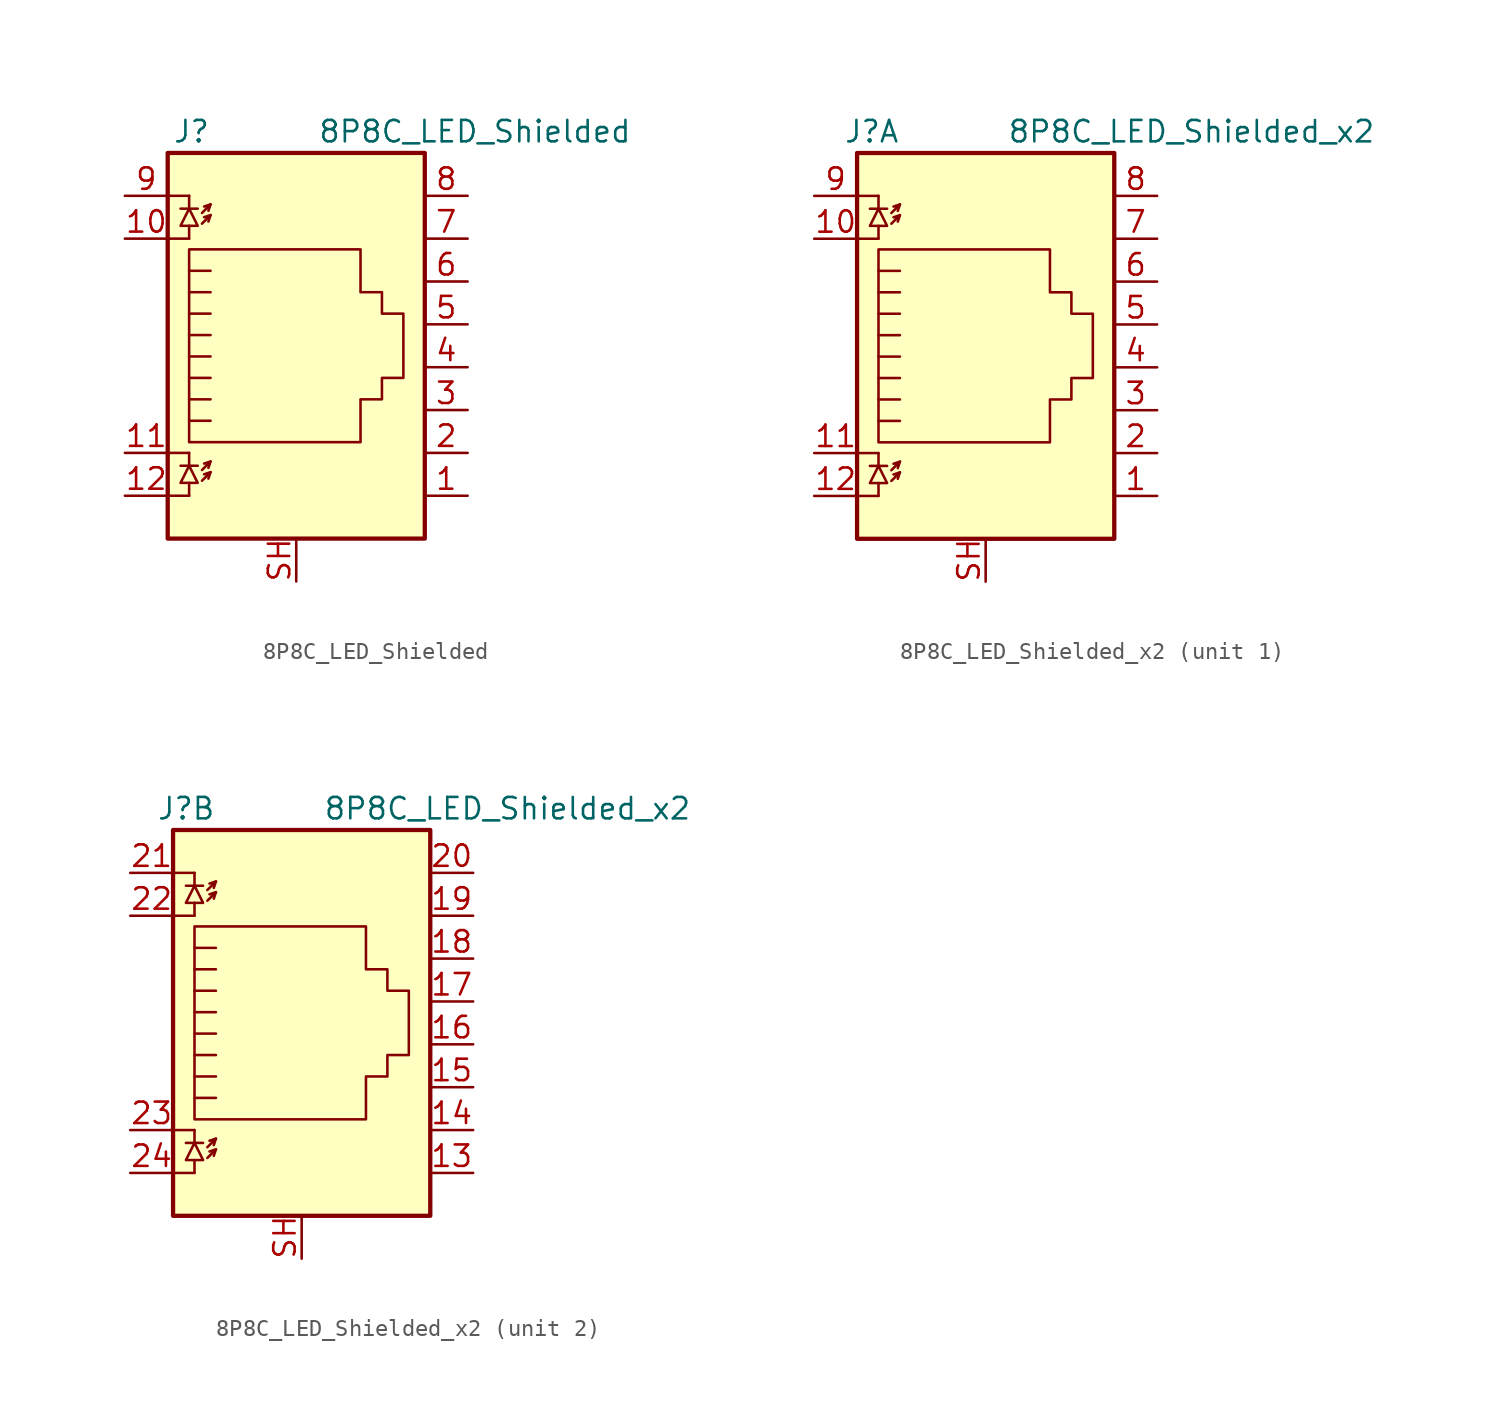
<source format=kicad_sym>
(kicad_symbol_lib
  (version 20220914)
  (generator kicad_symbol_editor)
  (symbol "8P8C_LED_Shielded"
    (pin_names
      (offset 1.016))
    (property "Reference" "J"
      (at -5.08 13.97 0)
      (effects (font (size 1.27 1.27)) (justify right)))
    (property "Value" "8P8C_LED_Shielded"
      (at 1.27 13.97 0)
      (effects (font (size 1.27 1.27)) (justify left)))
    (symbol "8P8C_LED_Shielded_0_1"
      (polyline (pts (xy -7.62 -7.62) (xy -6.35 -7.62)) (stroke (width 0) (type solid)) (fill (type none)))
      (polyline (pts (xy -7.62 -5.08) (xy -6.35 -5.08)) (stroke (width 0) (type solid)) (fill (type none)))
      (polyline (pts (xy -7.62 7.62) (xy -6.35 7.62)) (stroke (width 0) (type solid)) (fill (type none)))
      (polyline (pts (xy -7.62 10.16) (xy -6.35 10.16)) (stroke (width 0) (type solid)) (fill (type none)))
      (polyline (pts (xy -6.858 -5.842) (xy -5.842 -5.842)) (stroke (width 0) (type solid)) (fill (type none)))
      (polyline (pts (xy -6.858 9.398) (xy -5.842 9.398)) (stroke (width 0) (type solid)) (fill (type none)))
      (polyline (pts (xy -6.35 -7.62) (xy -6.35 -6.858)) (stroke (width 0) (type solid)) (fill (type none)))
      (polyline (pts (xy -6.35 -5.08) (xy -6.35 -5.842)) (stroke (width 0) (type solid)) (fill (type none)))
      (polyline (pts (xy -6.35 7.62) (xy -6.35 8.382)) (stroke (width 0) (type solid)) (fill (type none)))
      (polyline (pts (xy -6.35 10.16) (xy -6.35 9.398)) (stroke (width 0) (type solid)) (fill (type none)))
      (polyline (pts (xy -5.08 -6.223) (xy -5.207 -6.604)) (stroke (width 0) (type solid)) (fill (type none)))
      (polyline (pts (xy -5.08 -5.588) (xy -5.207 -5.969)) (stroke (width 0) (type solid)) (fill (type none)))
      (polyline (pts (xy -5.08 4.445) (xy -6.35 4.445)) (stroke (width 0) (type solid)) (fill (type none)))
      (polyline (pts (xy -5.08 5.715) (xy -6.35 5.715)) (stroke (width 0) (type solid)) (fill (type none)))
      (polyline (pts (xy -5.08 9.017) (xy -5.207 8.636)) (stroke (width 0) (type solid)) (fill (type none)))
      (polyline (pts (xy -5.08 9.652) (xy -5.207 9.271)) (stroke (width 0) (type solid)) (fill (type none)))
      (polyline (pts (xy -6.35 -3.175) (xy -5.08 -3.175) (xy -5.08 -3.175)) (stroke (width 0) (type solid)) (fill (type none)))
      (polyline (pts (xy -6.35 -1.905) (xy -5.08 -1.905) (xy -5.08 -1.905)) (stroke (width 0) (type solid)) (fill (type none)))
      (polyline (pts (xy -6.35 -0.635) (xy -5.08 -0.635) (xy -5.08 -0.635)) (stroke (width 0) (type solid)) (fill (type none)))
      (polyline (pts (xy -6.35 0.635) (xy -5.08 0.635) (xy -5.08 0.635)) (stroke (width 0) (type solid)) (fill (type none)))
      (polyline (pts (xy -6.35 1.905) (xy -5.08 1.905) (xy -5.08 1.905)) (stroke (width 0) (type solid)) (fill (type none)))
      (polyline (pts (xy -5.588 -6.731) (xy -5.08 -6.223) (xy -5.461 -6.35)) (stroke (width 0) (type solid)) (fill (type none)))
      (polyline (pts (xy -5.588 -6.096) (xy -5.08 -5.588) (xy -5.461 -5.715)) (stroke (width 0) (type solid)) (fill (type none)))
      (polyline (pts (xy -5.588 8.509) (xy -5.08 9.017) (xy -5.461 8.89)) (stroke (width 0) (type solid)) (fill (type none)))
      (polyline (pts (xy -5.588 9.144) (xy -5.08 9.652) (xy -5.461 9.525)) (stroke (width 0) (type solid)) (fill (type none)))
      (polyline (pts (xy -5.08 3.175) (xy -6.35 3.175) (xy -6.35 3.175)) (stroke (width 0) (type solid)) (fill (type none)))
      (polyline (pts (xy -6.35 -5.842) (xy -6.858 -6.858) (xy -5.842 -6.858) (xy -6.35 -5.842)) (stroke (width 0) (type solid)) (fill (type none)))
      (polyline (pts (xy -6.35 9.398) (xy -6.858 8.382) (xy -5.842 8.382) (xy -6.35 9.398)) (stroke (width 0) (type solid)) (fill (type none)))
      (polyline (pts (xy -6.35 -4.445) (xy -6.35 6.985) (xy 3.81 6.985) (xy 3.81 4.445) (xy 5.08 4.445) (xy 5.08 3.175) (xy 6.35 3.175) (xy 6.35 -0.635) (xy 5.08 -0.635) (xy 5.08 -1.905) (xy 3.81 -1.905) (xy 3.81 -4.445) (xy -6.35 -4.445) (xy -6.35 -4.445)) (stroke (width 0) (type solid)) (fill (type none)))
      (rectangle (start 7.62 12.7) (end -7.62 -10.16) (stroke (width 0.254) (type solid)) (fill (type background))))
    (symbol "8P8C_LED_Shielded_1_1"
      (pin passive line (at 10.16 -7.62 180) (length 2.54) (name "~" (effects (font (size 1.27 1.27)))) (number "1" (effects (font (size 1.27 1.27)))))
      (pin passive line (at -10.16 7.62 0) (length 2.54) (name "~" (effects (font (size 1.27 1.27)))) (number "10" (effects (font (size 1.27 1.27)))))
      (pin passive line (at -10.16 -5.08 0) (length 2.54) (name "~" (effects (font (size 1.27 1.27)))) (number "11" (effects (font (size 1.27 1.27)))))
      (pin passive line (at -10.16 -7.62 0) (length 2.54) (name "~" (effects (font (size 1.27 1.27)))) (number "12" (effects (font (size 1.27 1.27)))))
      (pin passive line (at 10.16 -5.08 180) (length 2.54) (name "~" (effects (font (size 1.27 1.27)))) (number "2" (effects (font (size 1.27 1.27)))))
      (pin passive line (at 10.16 -2.54 180) (length 2.54) (name "~" (effects (font (size 1.27 1.27)))) (number "3" (effects (font (size 1.27 1.27)))))
      (pin passive line (at 10.16 0 180) (length 2.54) (name "~" (effects (font (size 1.27 1.27)))) (number "4" (effects (font (size 1.27 1.27)))))
      (pin passive line (at 10.16 2.54 180) (length 2.54) (name "~" (effects (font (size 1.27 1.27)))) (number "5" (effects (font (size 1.27 1.27)))))
      (pin passive line (at 10.16 5.08 180) (length 2.54) (name "~" (effects (font (size 1.27 1.27)))) (number "6" (effects (font (size 1.27 1.27)))))
      (pin passive line (at 10.16 7.62 180) (length 2.54) (name "~" (effects (font (size 1.27 1.27)))) (number "7" (effects (font (size 1.27 1.27)))))
      (pin passive line (at 10.16 10.16 180) (length 2.54) (name "~" (effects (font (size 1.27 1.27)))) (number "8" (effects (font (size 1.27 1.27)))))
      (pin passive line (at -10.16 10.16 0) (length 2.54) (name "~" (effects (font (size 1.27 1.27)))) (number "9" (effects (font (size 1.27 1.27)))))
      (pin passive line (at 0 -12.7 90) (length 2.54) (name "~" (effects (font (size 1.27 1.27)))) (number "SH" (effects (font (size 1.27 1.27)))))))
  (symbol "8P8C_LED_Shielded_x2"
    (property "Reference" "J"
      (at -5.08 13.97 0)
      (effects (font (size 1.27 1.27)) (justify right)))
    (property "Value" "8P8C_LED_Shielded_x2"
      (at 1.27 13.97 0)
      (effects (font (size 1.27 1.27)) (justify left)))
    (symbol "8P8C_LED_Shielded_x2_0_1"
      (polyline (pts (xy -7.62 -7.62) (xy -6.35 -7.62)) (stroke (width 0) (type solid)) (fill (type none)))
      (polyline (pts (xy -7.62 -5.08) (xy -6.35 -5.08)) (stroke (width 0) (type solid)) (fill (type none)))
      (polyline (pts (xy -7.62 7.62) (xy -6.35 7.62)) (stroke (width 0) (type solid)) (fill (type none)))
      (polyline (pts (xy -7.62 10.16) (xy -6.35 10.16)) (stroke (width 0) (type solid)) (fill (type none)))
      (polyline (pts (xy -6.858 -5.842) (xy -5.842 -5.842)) (stroke (width 0) (type solid)) (fill (type none)))
      (polyline (pts (xy -6.858 9.398) (xy -5.842 9.398)) (stroke (width 0) (type solid)) (fill (type none)))
      (polyline (pts (xy -6.35 -7.62) (xy -6.35 -6.858)) (stroke (width 0) (type solid)) (fill (type none)))
      (polyline (pts (xy -6.35 -5.08) (xy -6.35 -5.842)) (stroke (width 0) (type solid)) (fill (type none)))
      (polyline (pts (xy -6.35 7.62) (xy -6.35 8.382)) (stroke (width 0) (type solid)) (fill (type none)))
      (polyline (pts (xy -6.35 10.16) (xy -6.35 9.398)) (stroke (width 0) (type solid)) (fill (type none)))
      (polyline (pts (xy -5.08 -6.223) (xy -5.207 -6.604)) (stroke (width 0) (type solid)) (fill (type none)))
      (polyline (pts (xy -5.08 -5.588) (xy -5.207 -5.969)) (stroke (width 0) (type solid)) (fill (type none)))
      (polyline (pts (xy -5.08 4.445) (xy -6.35 4.445)) (stroke (width 0) (type solid)) (fill (type none)))
      (polyline (pts (xy -5.08 5.715) (xy -6.35 5.715)) (stroke (width 0) (type solid)) (fill (type none)))
      (polyline (pts (xy -5.08 9.017) (xy -5.207 8.636)) (stroke (width 0) (type solid)) (fill (type none)))
      (polyline (pts (xy -5.08 9.652) (xy -5.207 9.271)) (stroke (width 0) (type solid)) (fill (type none)))
      (polyline (pts (xy -6.35 -3.175) (xy -5.08 -3.175) (xy -5.08 -3.175)) (stroke (width 0) (type solid)) (fill (type none)))
      (polyline (pts (xy -6.35 -1.905) (xy -5.08 -1.905) (xy -5.08 -1.905)) (stroke (width 0) (type solid)) (fill (type none)))
      (polyline (pts (xy -6.35 -0.635) (xy -5.08 -0.635) (xy -5.08 -0.635)) (stroke (width 0) (type solid)) (fill (type none)))
      (polyline (pts (xy -6.35 0.635) (xy -5.08 0.635) (xy -5.08 0.635)) (stroke (width 0) (type solid)) (fill (type none)))
      (polyline (pts (xy -6.35 1.905) (xy -5.08 1.905) (xy -5.08 1.905)) (stroke (width 0) (type solid)) (fill (type none)))
      (polyline (pts (xy -5.588 -6.731) (xy -5.08 -6.223) (xy -5.461 -6.35)) (stroke (width 0) (type solid)) (fill (type none)))
      (polyline (pts (xy -5.588 -6.096) (xy -5.08 -5.588) (xy -5.461 -5.715)) (stroke (width 0) (type solid)) (fill (type none)))
      (polyline (pts (xy -5.588 8.509) (xy -5.08 9.017) (xy -5.461 8.89)) (stroke (width 0) (type solid)) (fill (type none)))
      (polyline (pts (xy -5.588 9.144) (xy -5.08 9.652) (xy -5.461 9.525)) (stroke (width 0) (type solid)) (fill (type none)))
      (polyline (pts (xy -5.08 3.175) (xy -6.35 3.175) (xy -6.35 3.175)) (stroke (width 0) (type solid)) (fill (type none)))
      (polyline (pts (xy -6.35 -5.842) (xy -6.858 -6.858) (xy -5.842 -6.858) (xy -6.35 -5.842)) (stroke (width 0) (type solid)) (fill (type none)))
      (polyline (pts (xy -6.35 9.398) (xy -6.858 8.382) (xy -5.842 8.382) (xy -6.35 9.398)) (stroke (width 0) (type solid)) (fill (type none)))
      (polyline (pts (xy -6.35 -4.445) (xy -6.35 6.985) (xy 3.81 6.985) (xy 3.81 4.445) (xy 5.08 4.445) (xy 5.08 3.175) (xy 6.35 3.175) (xy 6.35 -0.635) (xy 5.08 -0.635) (xy 5.08 -1.905) (xy 3.81 -1.905) (xy 3.81 -4.445) (xy -6.35 -4.445) (xy -6.35 -4.445)) (stroke (width 0) (type solid)) (fill (type none)))
      (rectangle (start 7.62 12.7) (end -7.62 -10.16) (stroke (width 0.254) (type solid)) (fill (type background))))
    (symbol "8P8C_LED_Shielded_x2_1_1"
      (pin passive line (at 10.16 -7.62 180) (length 2.54) (name "~" (effects (font (size 1.27 1.27)))) (number "1" (effects (font (size 1.27 1.27)))))
      (pin passive line (at -10.16 7.62 0) (length 2.54) (name "~" (effects (font (size 1.27 1.27)))) (number "10" (effects (font (size 1.27 1.27)))))
      (pin passive line (at -10.16 -5.08 0) (length 2.54) (name "~" (effects (font (size 1.27 1.27)))) (number "11" (effects (font (size 1.27 1.27)))))
      (pin passive line (at -10.16 -7.62 0) (length 2.54) (name "~" (effects (font (size 1.27 1.27)))) (number "12" (effects (font (size 1.27 1.27)))))
      (pin passive line (at 10.16 -5.08 180) (length 2.54) (name "~" (effects (font (size 1.27 1.27)))) (number "2" (effects (font (size 1.27 1.27)))))
      (pin passive line (at 10.16 -2.54 180) (length 2.54) (name "~" (effects (font (size 1.27 1.27)))) (number "3" (effects (font (size 1.27 1.27)))))
      (pin passive line (at 10.16 0 180) (length 2.54) (name "~" (effects (font (size 1.27 1.27)))) (number "4" (effects (font (size 1.27 1.27)))))
      (pin passive line (at 10.16 2.54 180) (length 2.54) (name "~" (effects (font (size 1.27 1.27)))) (number "5" (effects (font (size 1.27 1.27)))))
      (pin passive line (at 10.16 5.08 180) (length 2.54) (name "~" (effects (font (size 1.27 1.27)))) (number "6" (effects (font (size 1.27 1.27)))))
      (pin passive line (at 10.16 7.62 180) (length 2.54) (name "~" (effects (font (size 1.27 1.27)))) (number "7" (effects (font (size 1.27 1.27)))))
      (pin passive line (at 10.16 10.16 180) (length 2.54) (name "~" (effects (font (size 1.27 1.27)))) (number "8" (effects (font (size 1.27 1.27)))))
      (pin passive line (at -10.16 10.16 0) (length 2.54) (name "~" (effects (font (size 1.27 1.27)))) (number "9" (effects (font (size 1.27 1.27)))))
      (pin passive line (at 0 -12.7 90) (length 2.54) (name "~" (effects (font (size 1.27 1.27)))) (number "SH" (effects (font (size 1.27 1.27))))))
    (symbol "8P8C_LED_Shielded_x2_2_1"
      (pin passive line (at 10.16 -7.62 180) (length 2.54) (name "~" (effects (font (size 1.27 1.27)))) (number "13" (effects (font (size 1.27 1.27)))))
      (pin passive line (at 10.16 -5.08 180) (length 2.54) (name "~" (effects (font (size 1.27 1.27)))) (number "14" (effects (font (size 1.27 1.27)))))
      (pin passive line (at 10.16 -2.54 180) (length 2.54) (name "~" (effects (font (size 1.27 1.27)))) (number "15" (effects (font (size 1.27 1.27)))))
      (pin passive line (at 10.16 0 180) (length 2.54) (name "~" (effects (font (size 1.27 1.27)))) (number "16" (effects (font (size 1.27 1.27)))))
      (pin passive line (at 10.16 2.54 180) (length 2.54) (name "~" (effects (font (size 1.27 1.27)))) (number "17" (effects (font (size 1.27 1.27)))))
      (pin passive line (at 10.16 5.08 180) (length 2.54) (name "~" (effects (font (size 1.27 1.27)))) (number "18" (effects (font (size 1.27 1.27)))))
      (pin passive line (at 10.16 7.62 180) (length 2.54) (name "~" (effects (font (size 1.27 1.27)))) (number "19" (effects (font (size 1.27 1.27)))))
      (pin passive line (at 10.16 10.16 180) (length 2.54) (name "~" (effects (font (size 1.27 1.27)))) (number "20" (effects (font (size 1.27 1.27)))))
      (pin passive line (at -10.16 10.16 0) (length 2.54) (name "~" (effects (font (size 1.27 1.27)))) (number "21" (effects (font (size 1.27 1.27)))))
      (pin passive line (at -10.16 7.62 0) (length 2.54) (name "~" (effects (font (size 1.27 1.27)))) (number "22" (effects (font (size 1.27 1.27)))))
      (pin passive line (at -10.16 -5.08 0) (length 2.54) (name "~" (effects (font (size 1.27 1.27)))) (number "23" (effects (font (size 1.27 1.27)))))
      (pin passive line (at -10.16 -7.62 0) (length 2.54) (name "~" (effects (font (size 1.27 1.27)))) (number "24" (effects (font (size 1.27 1.27)))))
      (pin passive line (at 0 -12.7 90) (length 2.54) (name "~" (effects (font (size 1.27 1.27)))) (number "SH" (effects (font (size 1.27 1.27))))))))
</source>
